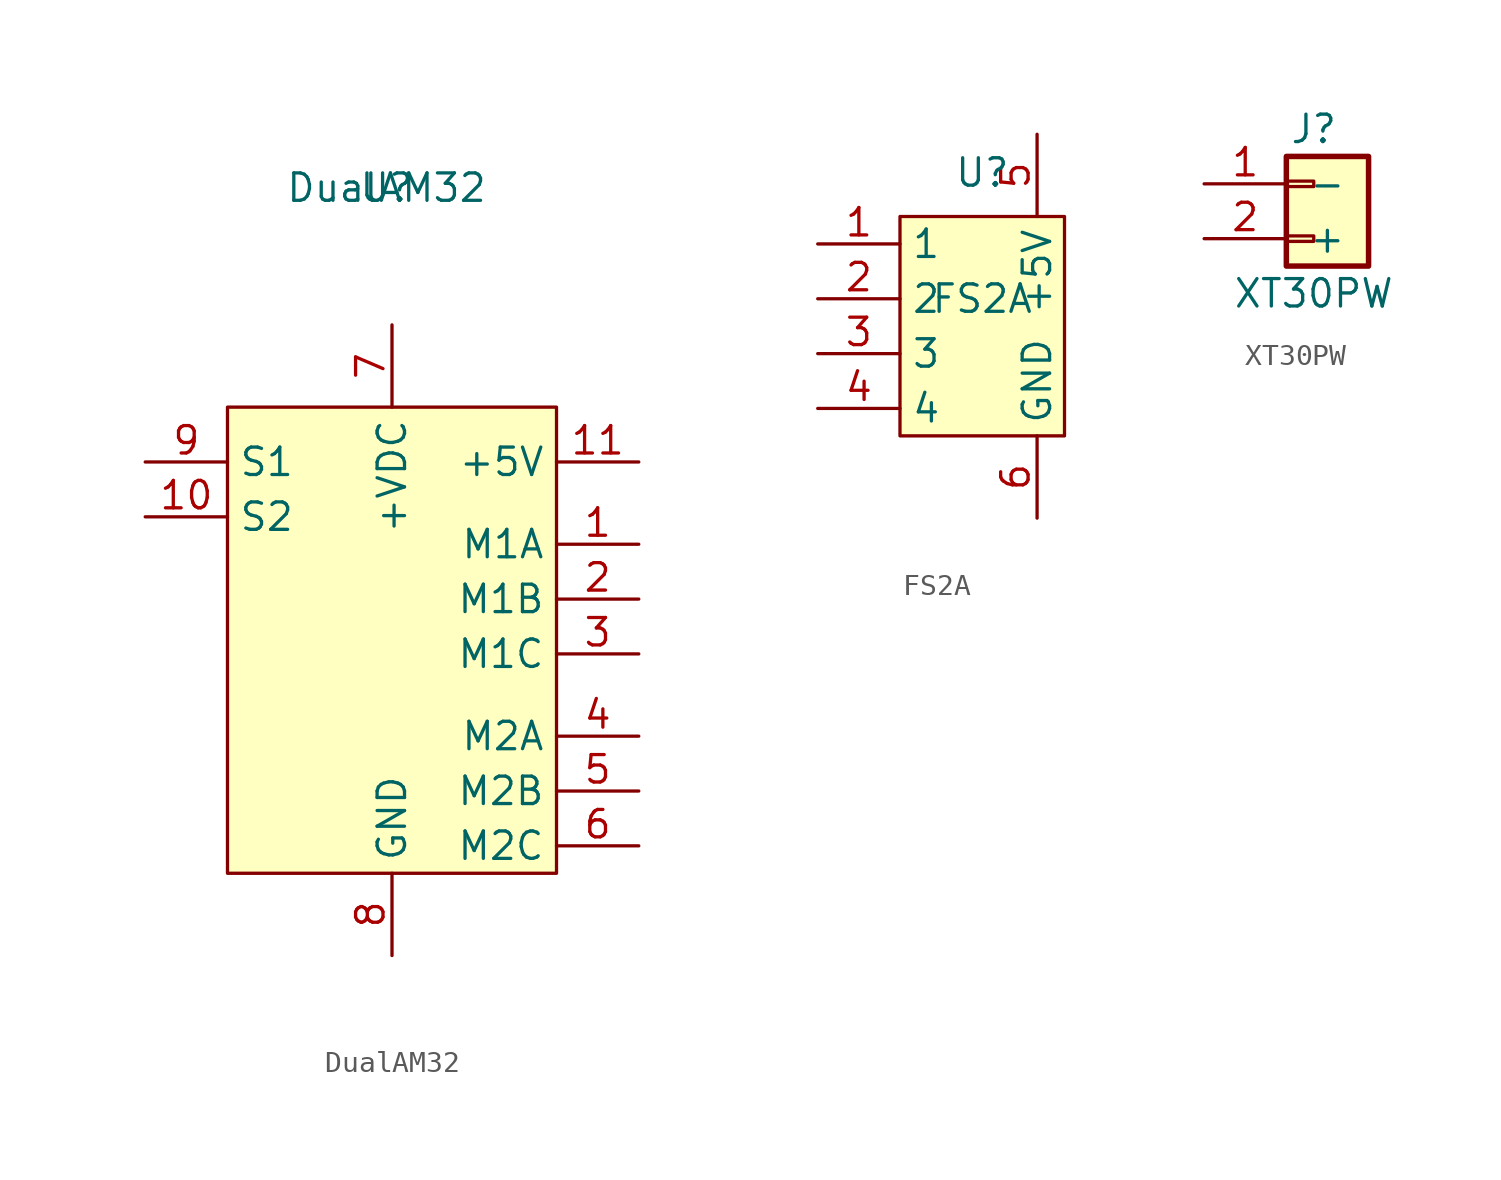
<source format=kicad_sym>
(kicad_symbol_lib
  (version 20241209)
  (generator "kicad_symbol_editor")
  (generator_version "9.0")
  (symbol "DualAM32"
    (property "Reference" "U"
      (at -0.254 20.32 0)
      (effects (font (size 1.27 1.27))))
    (property "Value" "DualAM32"
      (at -0.254 20.32 0)
      (effects (font (size 1.27 1.27))))
    (symbol "DualAM32_1_1"
      (rectangle (start -7.62 10.16) (end 7.62 -11.43) (stroke (width 0) (type solid)) (fill (type background)))
      (pin input line (at -11.43 7.62 0) (length 3.81) (name "S1" (effects (font (size 1.27 1.27)))) (number "9" (effects (font (size 1.27 1.27)))))
      (pin input line (at -11.43 5.08 0) (length 3.81) (name "S2" (effects (font (size 1.27 1.27)))) (number "10" (effects (font (size 1.27 1.27)))))
      (pin power_in line (at 0 13.97 270) (length 3.81) (name "+VDC" (effects (font (size 1.27 1.27)))) (number "7" (effects (font (size 1.27 1.27)))))
      (pin unspecified line (at 0 -15.24 90) (length 3.81) (hide yes) (name "GND" (effects (font (size 1.27 1.27)))) (number "12" (effects (font (size 1.27 1.27)))))
      (pin unspecified line (at 0 -15.24 90) (length 3.81) (name "GND" (effects (font (size 1.27 1.27)))) (number "8" (effects (font (size 1.27 1.27)))))
      (pin power_out line (at 11.43 7.62 180) (length 3.81) (name "+5V" (effects (font (size 1.27 1.27)))) (number "11" (effects (font (size 1.27 1.27)))))
      (pin output line (at 11.43 3.81 180) (length 3.81) (name "M1A" (effects (font (size 1.27 1.27)))) (number "1" (effects (font (size 1.27 1.27)))))
      (pin output line (at 11.43 1.27 180) (length 3.81) (name "M1B" (effects (font (size 1.27 1.27)))) (number "2" (effects (font (size 1.27 1.27)))))
      (pin output line (at 11.43 -1.27 180) (length 3.81) (name "M1C" (effects (font (size 1.27 1.27)))) (number "3" (effects (font (size 1.27 1.27)))))
      (pin output line (at 11.43 -5.08 180) (length 3.81) (name "M2A" (effects (font (size 1.27 1.27)))) (number "4" (effects (font (size 1.27 1.27)))))
      (pin output line (at 11.43 -7.62 180) (length 3.81) (name "M2B" (effects (font (size 1.27 1.27)))) (number "5" (effects (font (size 1.27 1.27)))))
      (pin output line (at 11.43 -10.16 180) (length 3.81) (name "M2C" (effects (font (size 1.27 1.27)))) (number "6" (effects (font (size 1.27 1.27)))))))
  (symbol "FS2A"
    (property "Reference" "U"
      (at 0 5.842 0)
      (effects (font (size 1.27 1.27))))
    (property "Value" "FS2A"
      (at 0 0 0)
      (effects (font (size 1.27 1.27))))
    (symbol "FS2A_1_1"
      (rectangle (start -3.81 3.81) (end 3.81 -6.35) (stroke (width 0) (type solid)) (fill (type background)))
      (pin output line (at -7.62 2.54 0) (length 3.81) (name "1" (effects (font (size 1.27 1.27)))) (number "1" (effects (font (size 1.27 1.27)))))
      (pin output line (at -7.62 0 0) (length 3.81) (name "2" (effects (font (size 1.27 1.27)))) (number "2" (effects (font (size 1.27 1.27)))))
      (pin output line (at -7.62 -2.54 0) (length 3.81) (name "3" (effects (font (size 1.27 1.27)))) (number "3" (effects (font (size 1.27 1.27)))))
      (pin output line (at -7.62 -5.08 0) (length 3.81) (name "4" (effects (font (size 1.27 1.27)))) (number "4" (effects (font (size 1.27 1.27)))))
      (pin power_in line (at 2.54 7.62 270) (length 3.81) (name "+5V" (effects (font (size 1.27 1.27)))) (number "5" (effects (font (size 1.27 1.27)))))
      (pin unspecified line (at 2.54 -10.16 90) (length 3.81) (name "GND" (effects (font (size 1.27 1.27)))) (number "6" (effects (font (size 1.27 1.27)))))))
  (symbol "XT30PW"
    (pin_names
      (offset 1.016))
    (property "Reference" "J"
      (at 0 2.54 0)
      (effects (font (size 1.27 1.27))))
    (property "Value" "XT30PW"
      (at 0 -5.08 0)
      (effects (font (size 1.27 1.27))))
    (symbol "XT30PW_1_1"
      (rectangle (start -1.27 1.27) (end 2.54 -3.81) (stroke (width 0.254) (type default)) (fill (type background)))
      (rectangle (start -1.27 0.127) (end 0 -0.127) (stroke (width 0.152) (type default)) (fill (type none)))
      (rectangle (start -1.27 -2.413) (end 0 -2.667) (stroke (width 0.152) (type default)) (fill (type none)))
      (pin passive line (at -5.08 0 0) (length 3.81) (name "-" (effects (font (size 1.27 1.27)))) (number "1" (effects (font (size 1.27 1.27)))))
      (pin passive line (at -5.08 -2.54 0) (length 3.81) (name "+" (effects (font (size 1.27 1.27)))) (number "2" (effects (font (size 1.27 1.27))))))))
</source>
